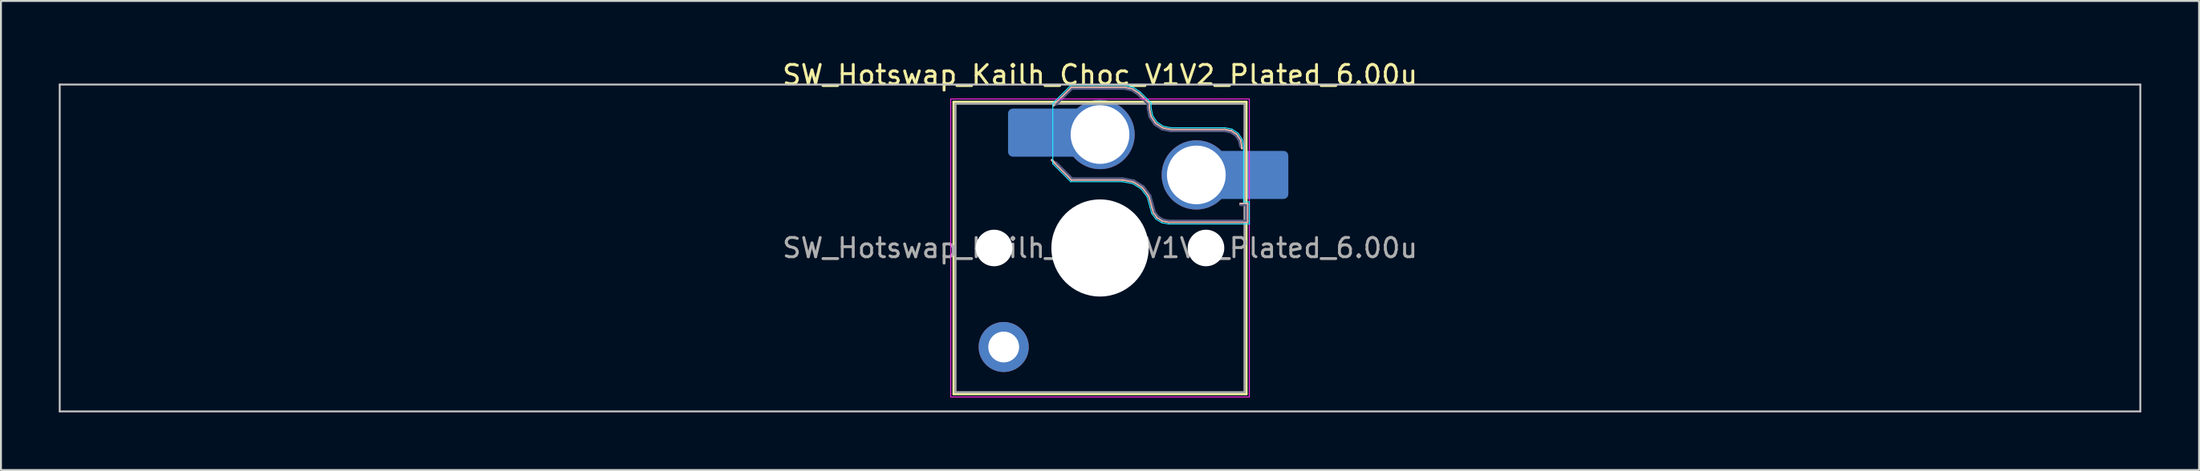
<source format=kicad_pcb>
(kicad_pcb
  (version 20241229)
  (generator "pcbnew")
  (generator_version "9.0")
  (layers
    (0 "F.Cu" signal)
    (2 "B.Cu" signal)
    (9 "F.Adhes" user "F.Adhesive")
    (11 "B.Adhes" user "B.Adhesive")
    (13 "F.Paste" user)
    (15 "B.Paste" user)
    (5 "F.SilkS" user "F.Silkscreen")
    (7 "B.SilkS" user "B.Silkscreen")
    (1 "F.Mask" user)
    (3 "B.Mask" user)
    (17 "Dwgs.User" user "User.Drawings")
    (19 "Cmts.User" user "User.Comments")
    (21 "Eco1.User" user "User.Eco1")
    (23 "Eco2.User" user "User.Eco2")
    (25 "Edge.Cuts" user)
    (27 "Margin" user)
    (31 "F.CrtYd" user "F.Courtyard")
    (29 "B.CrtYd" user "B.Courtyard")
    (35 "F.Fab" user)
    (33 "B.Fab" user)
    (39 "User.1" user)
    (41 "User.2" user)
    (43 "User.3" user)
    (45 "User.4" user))
  (footprint "SW_Hotswap_Kailh_Choc_V1V2_Plated_6.00u"
    (layer "F.Cu")
    (at 54.05 9.848)
    (property "Reference" "SW_Hotswap_Kailh_Choc_V1V2_Plated_6.00u" (at 0 -9 0) (layer "F.SilkS") (effects (font (size 1 1) (thickness 0.15))))
    (attr smd)
    (fp_line (start -7.6 -7.6) (end -7.6 7.6) (stroke (width 0.12) (type solid)) (layer "F.SilkS"))
    (fp_line (start -7.6 7.6) (end 7.6 7.6) (stroke (width 0.12) (type solid)) (layer "F.SilkS"))
    (fp_line (start 7.6 -7.6) (end -7.6 -7.6) (stroke (width 0.12) (type solid)) (layer "F.SilkS"))
    (fp_line (start 7.6 7.6) (end 7.6 -7.6) (stroke (width 0.12) (type solid)) (layer "F.SilkS"))
    (fp_line (start -2.416 -7.409) (end -1.479 -8.346) (stroke (width 0.12) (type solid)) (layer "B.SilkS"))
    (fp_line (start -1.479 -8.346) (end 1.268 -8.346) (stroke (width 0.12) (type solid)) (layer "B.SilkS"))
    (fp_line (start -1.479 -3.554) (end -2.5 -4.575) (stroke (width 0.12) (type solid)) (layer "B.SilkS"))
    (fp_line (start 1.168 -3.554) (end -1.479 -3.554) (stroke (width 0.12) (type solid)) (layer "B.SilkS"))
    (fp_line (start 1.268 -8.346) (end 1.671 -8.266) (stroke (width 0.12) (type solid)) (layer "B.SilkS"))
    (fp_line (start 1.671 -8.266) (end 2.013 -8.037) (stroke (width 0.12) (type solid)) (layer "B.SilkS"))
    (fp_line (start 1.73 -3.449) (end 1.168 -3.554) (stroke (width 0.12) (type solid)) (layer "B.SilkS"))
    (fp_line (start 2.013 -8.037) (end 2.546 -7.504) (stroke (width 0.12) (type solid)) (layer "B.SilkS"))
    (fp_line (start 2.209 -3.15) (end 1.73 -3.449) (stroke (width 0.12) (type solid)) (layer "B.SilkS"))
    (fp_line (start 2.546 -7.504) (end 2.546 -7.282) (stroke (width 0.12) (type solid)) (layer "B.SilkS"))
    (fp_line (start 2.546 -7.282) (end 2.633 -6.844) (stroke (width 0.12) (type solid)) (layer "B.SilkS"))
    (fp_line (start 2.547 -2.697) (end 2.209 -3.15) (stroke (width 0.12) (type solid)) (layer "B.SilkS"))
    (fp_line (start 2.633 -6.844) (end 2.877 -6.477) (stroke (width 0.12) (type solid)) (layer "B.SilkS"))
    (fp_line (start 2.701 -2.139) (end 2.547 -2.697) (stroke (width 0.12) (type solid)) (layer "B.SilkS"))
    (fp_line (start 2.783 -1.841) (end 2.701 -2.139) (stroke (width 0.12) (type solid)) (layer "B.SilkS"))
    (fp_line (start 2.877 -6.477) (end 3.244 -6.233) (stroke (width 0.12) (type solid)) (layer "B.SilkS"))
    (fp_line (start 2.976 -1.583) (end 2.783 -1.841) (stroke (width 0.12) (type solid)) (layer "B.SilkS"))
    (fp_line (start 3.244 -6.233) (end 3.682 -6.146) (stroke (width 0.12) (type solid)) (layer "B.SilkS"))
    (fp_line (start 3.25 -1.413) (end 2.976 -1.583) (stroke (width 0.12) (type solid)) (layer "B.SilkS"))
    (fp_line (start 3.56 -1.354) (end 3.25 -1.413) (stroke (width 0.12) (type solid)) (layer "B.SilkS"))
    (fp_line (start 3.682 -6.146) (end 6.482 -6.146) (stroke (width 0.12) (type solid)) (layer "B.SilkS"))
    (fp_line (start 6.482 -6.146) (end 6.809 -6.081) (stroke (width 0.12) (type solid)) (layer "B.SilkS"))
    (fp_line (start 6.809 -6.081) (end 7.092 -5.892) (stroke (width 0.12) (type solid)) (layer "B.SilkS"))
    (fp_line (start 7.092 -5.892) (end 7.281 -5.609) (stroke (width 0.12) (type solid)) (layer "B.SilkS"))
    (fp_line (start 7.281 -5.609) (end 7.366 -5.182) (stroke (width 0.12) (type solid)) (layer "B.SilkS"))
    (fp_line (start 7.283 -2.296) (end 7.646 -2.296) (stroke (width 0.12) (type solid)) (layer "B.SilkS"))
    (fp_line (start 7.646 -2.296) (end 7.646 -1.354) (stroke (width 0.12) (type solid)) (layer "B.SilkS"))
    (fp_line (start 7.646 -1.354) (end 3.56 -1.354) (stroke (width 0.12) (type solid)) (layer "B.SilkS"))
    (fp_line (start -54 -8.5) (end -54 8.5) (stroke (width 0.1) (type solid)) (layer "Dwgs.User"))
    (fp_line (start -54 8.5) (end 54 8.5) (stroke (width 0.1) (type solid)) (layer "Dwgs.User"))
    (fp_line (start 54 -8.5) (end -54 -8.5) (stroke (width 0.1) (type solid)) (layer "Dwgs.User"))
    (fp_line (start 54 8.5) (end 54 -8.5) (stroke (width 0.1) (type solid)) (layer "Dwgs.User"))
    (fp_line (start -7.25 -7.25) (end -7.25 7.25) (stroke (width 0.1) (type solid)) (layer "Eco1.User"))
    (fp_line (start -7.25 7.25) (end 7.25 7.25) (stroke (width 0.1) (type solid)) (layer "Eco1.User"))
    (fp_line (start 7.25 -7.25) (end -7.25 -7.25) (stroke (width 0.1) (type solid)) (layer "Eco1.User"))
    (fp_line (start 7.25 7.25) (end 7.25 -7.25) (stroke (width 0.1) (type solid)) (layer "Eco1.User"))
    (fp_line (start -2.452 -7.523) (end -1.523 -8.452) (stroke (width 0.05) (type solid)) (layer "B.CrtYd"))
    (fp_line (start -2.452 -4.377) (end -2.452 -7.523) (stroke (width 0.05) (type solid)) (layer "B.CrtYd"))
    (fp_line (start -1.523 -8.452) (end 1.278 -8.452) (stroke (width 0.05) (type solid)) (layer "B.CrtYd"))
    (fp_line (start -1.523 -3.448) (end -2.452 -4.377) (stroke (width 0.05) (type solid)) (layer "B.CrtYd"))
    (fp_line (start 1.159 -3.448) (end -1.523 -3.448) (stroke (width 0.05) (type solid)) (layer "B.CrtYd"))
    (fp_line (start 1.278 -8.452) (end 1.712 -8.366) (stroke (width 0.05) (type solid)) (layer "B.CrtYd"))
    (fp_line (start 1.691 -3.348) (end 1.159 -3.448) (stroke (width 0.05) (type solid)) (layer "B.CrtYd"))
    (fp_line (start 1.712 -8.366) (end 2.081 -8.119) (stroke (width 0.05) (type solid)) (layer "B.CrtYd"))
    (fp_line (start 2.081 -8.119) (end 2.652 -7.548) (stroke (width 0.05) (type solid)) (layer "B.CrtYd"))
    (fp_line (start 2.136 -3.071) (end 1.691 -3.348) (stroke (width 0.05) (type solid)) (layer "B.CrtYd"))
    (fp_line (start 2.45 -2.65) (end 2.136 -3.071) (stroke (width 0.05) (type solid)) (layer "B.CrtYd"))
    (fp_line (start 2.599 -2.111) (end 2.45 -2.65) (stroke (width 0.05) (type solid)) (layer "B.CrtYd"))
    (fp_line (start 2.652 -7.548) (end 2.652 -7.292) (stroke (width 0.05) (type solid)) (layer "B.CrtYd"))
    (fp_line (start 2.652 -7.292) (end 2.733 -6.885) (stroke (width 0.05) (type solid)) (layer "B.CrtYd"))
    (fp_line (start 2.687 -1.794) (end 2.599 -2.111) (stroke (width 0.05) (type solid)) (layer "B.CrtYd"))
    (fp_line (start 2.733 -6.885) (end 2.953 -6.553) (stroke (width 0.05) (type solid)) (layer "B.CrtYd"))
    (fp_line (start 2.903 -1.503) (end 2.687 -1.794) (stroke (width 0.05) (type solid)) (layer "B.CrtYd"))
    (fp_line (start 2.953 -6.553) (end 3.285 -6.333) (stroke (width 0.05) (type solid)) (layer "B.CrtYd"))
    (fp_line (start 3.211 -1.312) (end 2.903 -1.503) (stroke (width 0.05) (type solid)) (layer "B.CrtYd"))
    (fp_line (start 3.285 -6.333) (end 3.692 -6.252) (stroke (width 0.05) (type solid)) (layer "B.CrtYd"))
    (fp_line (start 3.55 -1.248) (end 3.211 -1.312) (stroke (width 0.05) (type solid)) (layer "B.CrtYd"))
    (fp_line (start 3.692 -6.252) (end 6.492 -6.252) (stroke (width 0.05) (type solid)) (layer "B.CrtYd"))
    (fp_line (start 6.492 -6.252) (end 6.85 -6.181) (stroke (width 0.05) (type solid)) (layer "B.CrtYd"))
    (fp_line (start 6.85 -6.181) (end 7.168 -5.968) (stroke (width 0.05) (type solid)) (layer "B.CrtYd"))
    (fp_line (start 7.168 -5.968) (end 7.381 -5.65) (stroke (width 0.05) (type solid)) (layer "B.CrtYd"))
    (fp_line (start 7.381 -5.65) (end 7.452 -5.292) (stroke (width 0.05) (type solid)) (layer "B.CrtYd"))
    (fp_line (start 7.452 -5.292) (end 7.452 -2.402) (stroke (width 0.05) (type solid)) (layer "B.CrtYd"))
    (fp_line (start 7.452 -2.402) (end 7.752 -2.402) (stroke (width 0.05) (type solid)) (layer "B.CrtYd"))
    (fp_line (start 7.752 -2.402) (end 7.752 -1.248) (stroke (width 0.05) (type solid)) (layer "B.CrtYd"))
    (fp_line (start 7.752 -1.248) (end 3.55 -1.248) (stroke (width 0.05) (type solid)) (layer "B.CrtYd"))
    (fp_line (start -7.75 -7.75) (end -7.75 7.75) (stroke (width 0.05) (type solid)) (layer "F.CrtYd"))
    (fp_line (start -7.75 7.75) (end 7.75 7.75) (stroke (width 0.05) (type solid)) (layer "F.CrtYd"))
    (fp_line (start 7.75 -7.75) (end -7.75 -7.75) (stroke (width 0.05) (type solid)) (layer "F.CrtYd"))
    (fp_line (start 7.75 7.75) (end 7.75 -7.75) (stroke (width 0.05) (type solid)) (layer "F.CrtYd"))
    (fp_line (start -2.275 -7.45) (end -1.45 -8.275) (stroke (width 0.1) (type solid)) (layer "B.Fab"))
    (fp_line (start -1.45 -8.275) (end 1.261 -8.275) (stroke (width 0.1) (type solid)) (layer "B.Fab"))
    (fp_line (start -1.45 -3.625) (end -2.275 -4.45) (stroke (width 0.1) (type solid)) (layer "B.Fab"))
    (fp_line (start 1.175 -3.625) (end -1.45 -3.625) (stroke (width 0.1) (type solid)) (layer "B.Fab"))
    (fp_line (start 1.261 -8.275) (end 1.643 -8.199) (stroke (width 0.1) (type solid)) (layer "B.Fab"))
    (fp_line (start 1.643 -8.199) (end 1.968 -7.982) (stroke (width 0.1) (type solid)) (layer "B.Fab"))
    (fp_line (start 1.756 -3.516) (end 1.175 -3.625) (stroke (width 0.1) (type solid)) (layer "B.Fab"))
    (fp_line (start 1.968 -7.982) (end 2.475 -7.475) (stroke (width 0.1) (type solid)) (layer "B.Fab"))
    (fp_line (start 2.258 -3.203) (end 1.756 -3.516) (stroke (width 0.1) (type solid)) (layer "B.Fab"))
    (fp_line (start 2.475 -7.475) (end 2.475 -7.275) (stroke (width 0.1) (type solid)) (layer "B.Fab"))
    (fp_line (start 2.475 -7.275) (end 2.566 -6.816) (stroke (width 0.1) (type solid)) (layer "B.Fab"))
    (fp_line (start 2.566 -6.816) (end 2.826 -6.426) (stroke (width 0.1) (type solid)) (layer "B.Fab"))
    (fp_line (start 2.612 -2.729) (end 2.258 -3.203) (stroke (width 0.1) (type solid)) (layer "B.Fab"))
    (fp_line (start 2.769 -2.158) (end 2.612 -2.729) (stroke (width 0.1) (type solid)) (layer "B.Fab"))
    (fp_line (start 2.826 -6.426) (end 3.216 -6.166) (stroke (width 0.1) (type solid)) (layer "B.Fab"))
    (fp_line (start 2.848 -1.873) (end 2.769 -2.158) (stroke (width 0.1) (type solid)) (layer "B.Fab"))
    (fp_line (start 3.025 -1.636) (end 2.848 -1.873) (stroke (width 0.1) (type solid)) (layer "B.Fab"))
    (fp_line (start 3.216 -6.166) (end 3.675 -6.075) (stroke (width 0.1) (type solid)) (layer "B.Fab"))
    (fp_line (start 3.276 -1.48) (end 3.025 -1.636) (stroke (width 0.1) (type solid)) (layer "B.Fab"))
    (fp_line (start 3.567 -1.425) (end 3.276 -1.48) (stroke (width 0.1) (type solid)) (layer "B.Fab"))
    (fp_line (start 3.675 -6.075) (end 6.475 -6.075) (stroke (width 0.1) (type solid)) (layer "B.Fab"))
    (fp_line (start 6.475 -6.075) (end 6.781 -6.014) (stroke (width 0.1) (type solid)) (layer "B.Fab"))
    (fp_line (start 6.781 -6.014) (end 7.041 -5.841) (stroke (width 0.1) (type solid)) (layer "B.Fab"))
    (fp_line (start 7.041 -5.841) (end 7.214 -5.581) (stroke (width 0.1) (type solid)) (layer "B.Fab"))
    (fp_line (start 7.214 -5.581) (end 7.275 -5.275) (stroke (width 0.1) (type solid)) (layer "B.Fab"))
    (fp_line (start 7.275 -2.225) (end 7.575 -2.225) (stroke (width 0.1) (type solid)) (layer "B.Fab"))
    (fp_line (start 7.575 -2.225) (end 7.575 -1.425) (stroke (width 0.1) (type solid)) (layer "B.Fab"))
    (fp_line (start 7.575 -1.425) (end 3.567 -1.425) (stroke (width 0.1) (type solid)) (layer "B.Fab"))
    (fp_line (start -7.5 -7.5) (end -7.5 7.5) (stroke (width 0.1) (type solid)) (layer "F.Fab"))
    (fp_line (start -7.5 7.5) (end 7.5 7.5) (stroke (width 0.1) (type solid)) (layer "F.Fab"))
    (fp_line (start 7.5 -7.5) (end -7.5 -7.5) (stroke (width 0.1) (type solid)) (layer "F.Fab"))
    (fp_line (start 7.5 7.5) (end 7.5 -7.5) (stroke (width 0.1) (type solid)) (layer "F.Fab"))
    (fp_text user "${REFERENCE}" (at 0 0 0) (layer "F.Fab") (effects (font (size 1 1) (thickness 0.15))))
    (pad "" np_thru_hole circle (at -5.5 0) (size 1.9 1.9) (drill 1.9) (layers "*.Cu" "*.Mask"))
    (pad "" thru_hole circle (at -5 5.15) (size 2.6 2.6) (drill 1.6) (layers "*.Cu" "*.Mask"))
    (pad "" smd roundrect (at -3.5 -6) (size 2.55 2.5) (layers "B.Mask" "B.Paste") (roundrect_rratio 0.1))
    (pad "" np_thru_hole circle (at 0 0) (size 5.05 5.05) (drill 5.05) (layers "*.Cu" "*.Mask"))
    (pad "" np_thru_hole circle (at 5.5 0) (size 1.9 1.9) (drill 1.9) (layers "*.Cu" "*.Mask"))
    (pad "" smd roundrect (at 8.5 -3.8) (size 2.55 2.5) (layers "B.Mask" "B.Paste") (roundrect_rratio 0.1))
    (pad "1" smd roundrect (at -2.85 -6) (size 3.85 2.5) (layers "B.Cu") (roundrect_rratio 0.1))
    (pad "1" thru_hole circle (at 0 -5.9) (size 3.6 3.6) (drill 3.05) (layers "*.Cu" "*.Mask"))
    (pad "2" thru_hole circle (at 5 -3.8) (size 3.6 3.6) (drill 3.05) (layers "*.Cu" "*.Mask"))
    (pad "2" smd roundrect (at 7.85 -3.8) (size 3.85 2.5) (layers "B.Cu") (roundrect_rratio 0.1)))
  (gr_rect
    (start -3 -3)
    (end 111.1 21.398)
    (stroke (width 0.1) (type default))
    (fill no)
    (layer "Edge.Cuts")))
</source>
